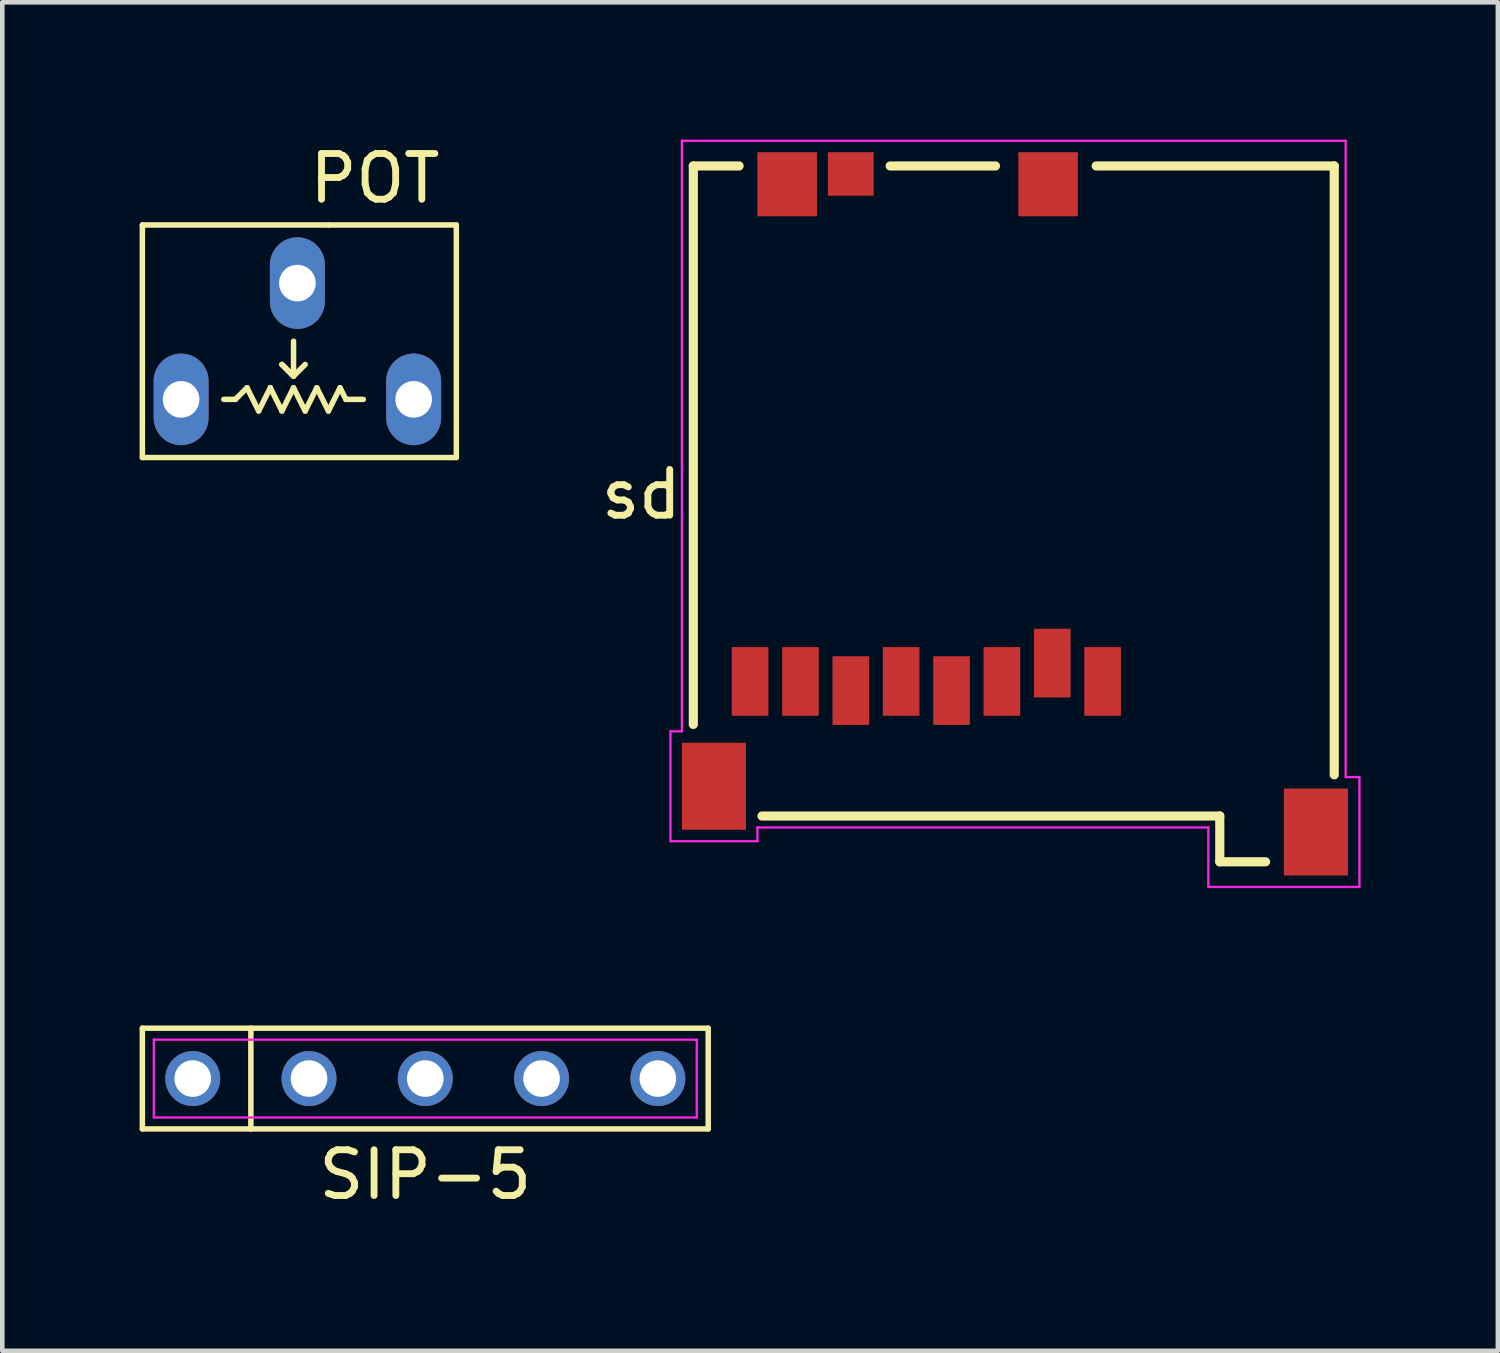
<source format=kicad_pcb>
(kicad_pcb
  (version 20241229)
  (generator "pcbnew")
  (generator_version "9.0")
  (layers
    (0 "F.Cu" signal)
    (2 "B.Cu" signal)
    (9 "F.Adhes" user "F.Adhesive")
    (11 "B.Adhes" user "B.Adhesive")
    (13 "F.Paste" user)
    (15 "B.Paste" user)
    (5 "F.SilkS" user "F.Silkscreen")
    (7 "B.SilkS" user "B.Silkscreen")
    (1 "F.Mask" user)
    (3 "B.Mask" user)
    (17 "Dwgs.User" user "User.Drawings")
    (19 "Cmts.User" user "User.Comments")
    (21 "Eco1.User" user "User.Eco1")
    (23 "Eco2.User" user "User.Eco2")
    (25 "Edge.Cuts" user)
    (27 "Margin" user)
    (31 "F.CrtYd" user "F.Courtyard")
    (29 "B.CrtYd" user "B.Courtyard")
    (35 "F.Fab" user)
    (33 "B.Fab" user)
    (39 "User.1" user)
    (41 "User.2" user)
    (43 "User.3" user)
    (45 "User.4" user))
  (footprint "POT"
    (layer "F.Cu")
    (at 3.362 4.658)
    (property "Reference" "POT" (at 1.778 -3.81 0) (unlocked yes) (layer "F.SilkS") (effects (font (size 1 1) (thickness 0.15))))
    (attr through_hole)
    (fp_line (start -3.302 -2.794) (end -3.302 2.286) (stroke (width 0.12) (type solid)) (layer "F.SilkS"))
    (fp_line (start -3.302 2.286) (end 3.556 2.286) (stroke (width 0.12) (type solid)) (layer "F.SilkS"))
    (fp_line (start -1.524 1.016) (end -1.27 1.016) (stroke (width 0.12) (type solid)) (layer "F.SilkS"))
    (fp_line (start -1.27 1.016) (end -1.016 0.762) (stroke (width 0.12) (type solid)) (layer "F.SilkS"))
    (fp_line (start -1.016 0.762) (end -0.762 1.27) (stroke (width 0.12) (type solid)) (layer "F.SilkS"))
    (fp_line (start -0.762 1.27) (end -0.508 0.762) (stroke (width 0.12) (type solid)) (layer "F.SilkS"))
    (fp_line (start -0.508 0.762) (end -0.254 1.27) (stroke (width 0.12) (type solid)) (layer "F.SilkS"))
    (fp_line (start -0.254 0.254) (end 0 0.508) (stroke (width 0.12) (type solid)) (layer "F.SilkS"))
    (fp_line (start -0.254 1.27) (end 0 0.762) (stroke (width 0.12) (type solid)) (layer "F.SilkS"))
    (fp_line (start 0 -0.254) (end 0 0.508) (stroke (width 0.12) (type solid)) (layer "F.SilkS"))
    (fp_line (start 0 0.508) (end -0.254 0.254) (stroke (width 0.12) (type solid)) (layer "F.SilkS"))
    (fp_line (start 0 0.508) (end 0.254 0.254) (stroke (width 0.12) (type solid)) (layer "F.SilkS"))
    (fp_line (start 0 0.762) (end 0.254 1.27) (stroke (width 0.12) (type solid)) (layer "F.SilkS"))
    (fp_line (start 0.254 1.27) (end 0.508 0.762) (stroke (width 0.12) (type solid)) (layer "F.SilkS"))
    (fp_line (start 0.508 0.762) (end 0.762 1.27) (stroke (width 0.12) (type solid)) (layer "F.SilkS"))
    (fp_line (start 0.762 -2.794) (end -3.302 -2.794) (stroke (width 0.12) (type solid)) (layer "F.SilkS"))
    (fp_line (start 0.762 1.27) (end 1.016 0.762) (stroke (width 0.12) (type solid)) (layer "F.SilkS"))
    (fp_line (start 1.016 0.762) (end 1.143 1.016) (stroke (width 0.12) (type solid)) (layer "F.SilkS"))
    (fp_line (start 1.524 1.016) (end 1.143 1.016) (stroke (width 0.12) (type solid)) (layer "F.SilkS"))
    (fp_line (start 3.556 -2.794) (end 0.762 -2.794) (stroke (width 0.12) (type solid)) (layer "F.SilkS"))
    (fp_line (start 3.556 2.286) (end 3.556 -2.794) (stroke (width 0.12) (type solid)) (layer "F.SilkS"))
    (pad "1" thru_hole oval (at -2.456 1.016) (size 1.2 2) (drill 0.8) (layers "*.Cu" "*.Mask"))
    (pad "2" thru_hole oval (at 0.084 -1.524) (size 1.2 2) (drill 0.8) (layers "*.Cu" "*.Mask"))
    (pad "3" thru_hole oval (at 2.624 1.016) (size 1.2 2) (drill 0.8) (layers "*.Cu" "*.Mask")))
  (footprint "sd"
    (layer "F.Cu")
    (at 19.095 8.175)
    (property "Reference" "sd" (at -8.135 -0.425 180) (layer "F.SilkS") (effects (font (size 1 1) (thickness 0.15))))
    (attr through_hole)
    (fp_line (start -7 -7.6) (end -7 4.6) (stroke (width 0.2) (type solid)) (layer "F.SilkS"))
    (fp_line (start -6 -7.6) (end -7 -7.6) (stroke (width 0.2) (type solid)) (layer "F.SilkS"))
    (fp_line (start -5.5 6.6) (end 4.5 6.6) (stroke (width 0.2) (type solid)) (layer "F.SilkS"))
    (fp_line (start -0.4 -7.6) (end -2.7 -7.6) (stroke (width 0.2) (type solid)) (layer "F.SilkS"))
    (fp_line (start 4.5 6.6) (end 4.5 7.6) (stroke (width 0.2) (type solid)) (layer "F.SilkS"))
    (fp_line (start 4.5 7.6) (end 5.5 7.6) (stroke (width 0.2) (type solid)) (layer "F.SilkS"))
    (fp_line (start 7 -7.6) (end 1.8 -7.6) (stroke (width 0.2) (type solid)) (layer "F.SilkS"))
    (fp_line (start 7 5.7) (end 7 -7.6) (stroke (width 0.2) (type solid)) (layer "F.SilkS"))
    (fp_line (start -7.5 4.75) (end -7.25 4.75) (stroke (width 0.05) (type solid)) (layer "F.CrtYd"))
    (fp_line (start -7.5 7.15) (end -7.5 4.75) (stroke (width 0.05) (type solid)) (layer "F.CrtYd"))
    (fp_line (start -7.25 -8.15) (end 7.25 -8.15) (stroke (width 0.05) (type solid)) (layer "F.CrtYd"))
    (fp_line (start -7.25 4.75) (end -7.25 -8.15) (stroke (width 0.05) (type solid)) (layer "F.CrtYd"))
    (fp_line (start -5.6 6.85) (end -5.6 7.15) (stroke (width 0.05) (type solid)) (layer "F.CrtYd"))
    (fp_line (start -5.6 7.15) (end -7.5 7.15) (stroke (width 0.05) (type solid)) (layer "F.CrtYd"))
    (fp_line (start 4.25 6.85) (end -5.6 6.85) (stroke (width 0.05) (type solid)) (layer "F.CrtYd"))
    (fp_line (start 4.25 8.15) (end 4.25 6.85) (stroke (width 0.05) (type solid)) (layer "F.CrtYd"))
    (fp_line (start 7.25 -8.15) (end 7.25 5.75) (stroke (width 0.05) (type solid)) (layer "F.CrtYd"))
    (fp_line (start 7.25 5.75) (end 7.55 5.75) (stroke (width 0.05) (type solid)) (layer "F.CrtYd"))
    (fp_line (start 7.55 5.75) (end 7.55 8.15) (stroke (width 0.05) (type solid)) (layer "F.CrtYd"))
    (fp_line (start 7.55 8.15) (end 4.25 8.15) (stroke (width 0.05) (type solid)) (layer "F.CrtYd"))
    (pad "1" smd rect (at 1.94 3.66) (size 0.8 1.5) (layers "F.Cu" "F.Mask" "F.Paste"))
    (pad "2" smd rect (at 0.84 3.26) (size 0.8 1.5) (layers "F.Cu" "F.Mask" "F.Paste"))
    (pad "3" smd rect (at -0.26 3.66) (size 0.8 1.5) (layers "F.Cu" "F.Mask" "F.Paste"))
    (pad "4" smd rect (at -1.36 3.86) (size 0.8 1.5) (layers "F.Cu" "F.Mask" "F.Paste"))
    (pad "5" smd rect (at -2.46 3.66) (size 0.8 1.5) (layers "F.Cu" "F.Mask" "F.Paste"))
    (pad "6" smd rect (at -3.56 3.86) (size 0.8 1.5) (layers "F.Cu" "F.Mask" "F.Paste"))
    (pad "7" smd rect (at -4.66 3.66) (size 0.8 1.5) (layers "F.Cu" "F.Mask" "F.Paste"))
    (pad "8" smd rect (at -5.76 3.66) (size 0.8 1.5) (layers "F.Cu" "F.Mask" "F.Paste"))
    (pad "9" smd rect (at -3.56 -7.425) (size 1 0.95) (layers "F.Cu" "F.Mask" "F.Paste"))
    (pad "P1" smd rect (at -4.95 -7.2) (size 1.3 1.4) (layers "F.Cu" "F.Mask" "F.Paste"))
    (pad "P2" smd rect (at 0.75 -7.2) (size 1.3 1.4) (layers "F.Cu" "F.Mask" "F.Paste"))
    (pad "P3" smd rect (at 6.6 6.95) (size 1.4 1.9) (layers "F.Cu" "F.Mask" "F.Paste"))
    (pad "P4" smd rect (at -6.55 5.95) (size 1.4 1.9) (layers "F.Cu" "F.Mask" "F.Paste")))
  (footprint "SIP-5"
    (layer "F.Cu")
    (at 6.24 20.51)
    (property "Reference" "SIP-5" (at 0 2.1 0) (layer "F.SilkS") (effects (font (size 1 1) (thickness 0.15))))
    (fp_line (start -6.18 -1.1) (end 6.18 -1.1) (stroke (width 0.12) (type solid)) (layer "F.SilkS"))
    (fp_line (start -6.18 1.1) (end -6.18 -1.1) (stroke (width 0.12) (type solid)) (layer "F.SilkS"))
    (fp_line (start -3.81 -1.1) (end -3.81 1.1) (stroke (width 0.12) (type solid)) (layer "F.SilkS"))
    (fp_line (start 6.18 -1.1) (end 6.18 1.1) (stroke (width 0.12) (type solid)) (layer "F.SilkS"))
    (fp_line (start 6.18 1.1) (end -6.18 1.1) (stroke (width 0.12) (type solid)) (layer "F.SilkS"))
    (fp_line (start -5.93 -0.85) (end 5.93 -0.85) (stroke (width 0.05) (type solid)) (layer "F.CrtYd"))
    (fp_line (start -5.93 0.85) (end -5.93 -0.85) (stroke (width 0.05) (type solid)) (layer "F.CrtYd"))
    (fp_line (start 5.93 -0.85) (end 5.93 0.85) (stroke (width 0.05) (type solid)) (layer "F.CrtYd"))
    (fp_line (start 5.93 0.85) (end -5.93 0.85) (stroke (width 0.05) (type solid)) (layer "F.CrtYd"))
    (pad "1" thru_hole circle (at -5.08 0) (size 1.2 1.2) (drill 0.8) (layers "*.Cu" "*.Mask"))
    (pad "2" thru_hole circle (at -2.54 0) (size 1.2 1.2) (drill 0.8) (layers "*.Cu" "*.Mask"))
    (pad "3" thru_hole circle (at 0 0) (size 1.2 1.2) (drill 0.8) (layers "*.Cu" "*.Mask"))
    (pad "4" thru_hole circle (at 2.54 0) (size 1.2 1.2) (drill 0.8) (layers "*.Cu" "*.Mask"))
    (pad "5" thru_hole circle (at 5.08 0) (size 1.2 1.2) (drill 0.8) (layers "*.Cu" "*.Mask")))
  (gr_rect
    (start -3 -3)
    (end 29.67 26.458)
    (stroke (width 0.1) (type default))
    (fill no)
    (layer "Edge.Cuts")))
</source>
